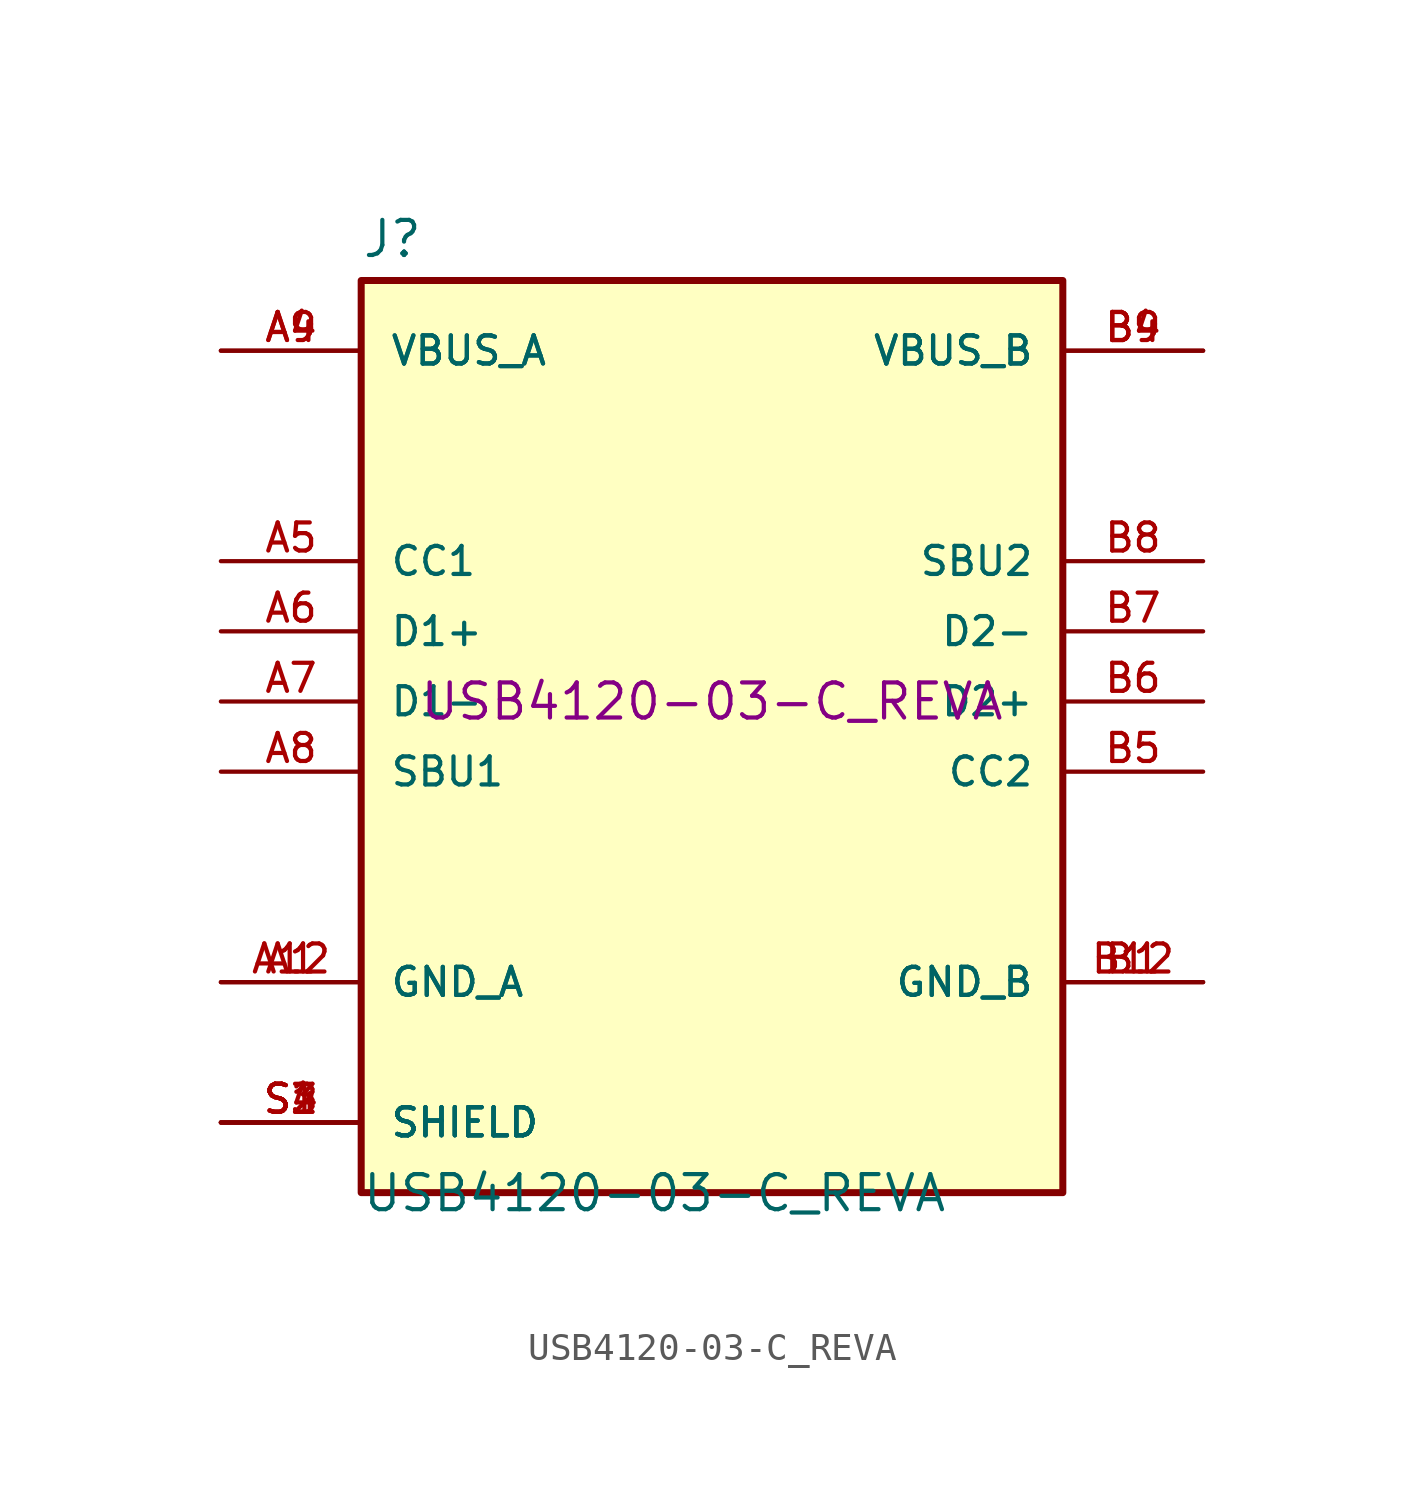
<source format=kicad_sym>
(kicad_symbol_lib
  (version 20211014)
  (generator kicad_symbol_editor)
  (symbol "USB4120-03-C_REVA"
    (pin_names
      (offset 1.016))
    (property "Reference" "J"
      (at -12.7 16.002 0)
      (effects (font (size 1.27 1.27)) (justify left bottom)))
    (property "Value" "USB4120-03-C_REVA"
      (at -12.7 -18.542 0)
      (effects (font (size 1.27 1.27)) (justify left bottom)))
    (property "MPN" "USB4120-03-C_REVA"
      (at 0 0 0)
      (effects (font (size 1.27 1.27))))
    (symbol "USB4120-03-C_REVA_0_0"
      (rectangle (start -12.7 -17.78) (end 12.7 15.24) (stroke (width 0.254) (type default) (color 0 0 0 0)) (fill (type background)))
      (pin power_in line (at -17.78 -10.16 0) (length 5.08) (name "GND_A" (effects (font (size 1.016 1.016)))) (number "A1" (effects (font (size 1.016 1.016)))))
      (pin power_in line (at -17.78 -10.16 0) (length 5.08) (name "GND_A" (effects (font (size 1.016 1.016)))) (number "A12" (effects (font (size 1.016 1.016)))))
      (pin power_in line (at -17.78 12.7 0) (length 5.08) (name "VBUS_A" (effects (font (size 1.016 1.016)))) (number "A4" (effects (font (size 1.016 1.016)))))
      (pin bidirectional line (at -17.78 5.08 0) (length 5.08) (name "CC1" (effects (font (size 1.016 1.016)))) (number "A5" (effects (font (size 1.016 1.016)))))
      (pin bidirectional line (at -17.78 2.54 0) (length 5.08) (name "D1+" (effects (font (size 1.016 1.016)))) (number "A6" (effects (font (size 1.016 1.016)))))
      (pin bidirectional line (at -17.78 0 0) (length 5.08) (name "D1-" (effects (font (size 1.016 1.016)))) (number "A7" (effects (font (size 1.016 1.016)))))
      (pin bidirectional line (at -17.78 -2.54 0) (length 5.08) (name "SBU1" (effects (font (size 1.016 1.016)))) (number "A8" (effects (font (size 1.016 1.016)))))
      (pin power_in line (at -17.78 12.7 0) (length 5.08) (name "VBUS_A" (effects (font (size 1.016 1.016)))) (number "A9" (effects (font (size 1.016 1.016)))))
      (pin power_in line (at 17.78 -10.16 180) (length 5.08) (name "GND_B" (effects (font (size 1.016 1.016)))) (number "B1" (effects (font (size 1.016 1.016)))))
      (pin power_in line (at 17.78 -10.16 180) (length 5.08) (name "GND_B" (effects (font (size 1.016 1.016)))) (number "B12" (effects (font (size 1.016 1.016)))))
      (pin power_in line (at 17.78 12.7 180) (length 5.08) (name "VBUS_B" (effects (font (size 1.016 1.016)))) (number "B4" (effects (font (size 1.016 1.016)))))
      (pin bidirectional line (at 17.78 -2.54 180) (length 5.08) (name "CC2" (effects (font (size 1.016 1.016)))) (number "B5" (effects (font (size 1.016 1.016)))))
      (pin bidirectional line (at 17.78 0 180) (length 5.08) (name "D2+" (effects (font (size 1.016 1.016)))) (number "B6" (effects (font (size 1.016 1.016)))))
      (pin bidirectional line (at 17.78 2.54 180) (length 5.08) (name "D2-" (effects (font (size 1.016 1.016)))) (number "B7" (effects (font (size 1.016 1.016)))))
      (pin bidirectional line (at 17.78 5.08 180) (length 5.08) (name "SBU2" (effects (font (size 1.016 1.016)))) (number "B8" (effects (font (size 1.016 1.016)))))
      (pin power_in line (at 17.78 12.7 180) (length 5.08) (name "VBUS_B" (effects (font (size 1.016 1.016)))) (number "B9" (effects (font (size 1.016 1.016)))))
      (pin passive line (at -17.78 -15.24 0) (length 5.08) (name "SHIELD" (effects (font (size 1.016 1.016)))) (number "S1" (effects (font (size 1.016 1.016)))))
      (pin passive line (at -17.78 -15.24 0) (length 5.08) (name "SHIELD" (effects (font (size 1.016 1.016)))) (number "S2" (effects (font (size 1.016 1.016)))))
      (pin passive line (at -17.78 -15.24 0) (length 5.08) (name "SHIELD" (effects (font (size 1.016 1.016)))) (number "S3" (effects (font (size 1.016 1.016)))))
      (pin passive line (at -17.78 -15.24 0) (length 5.08) (name "SHIELD" (effects (font (size 1.016 1.016)))) (number "S4" (effects (font (size 1.016 1.016))))))))
</source>
